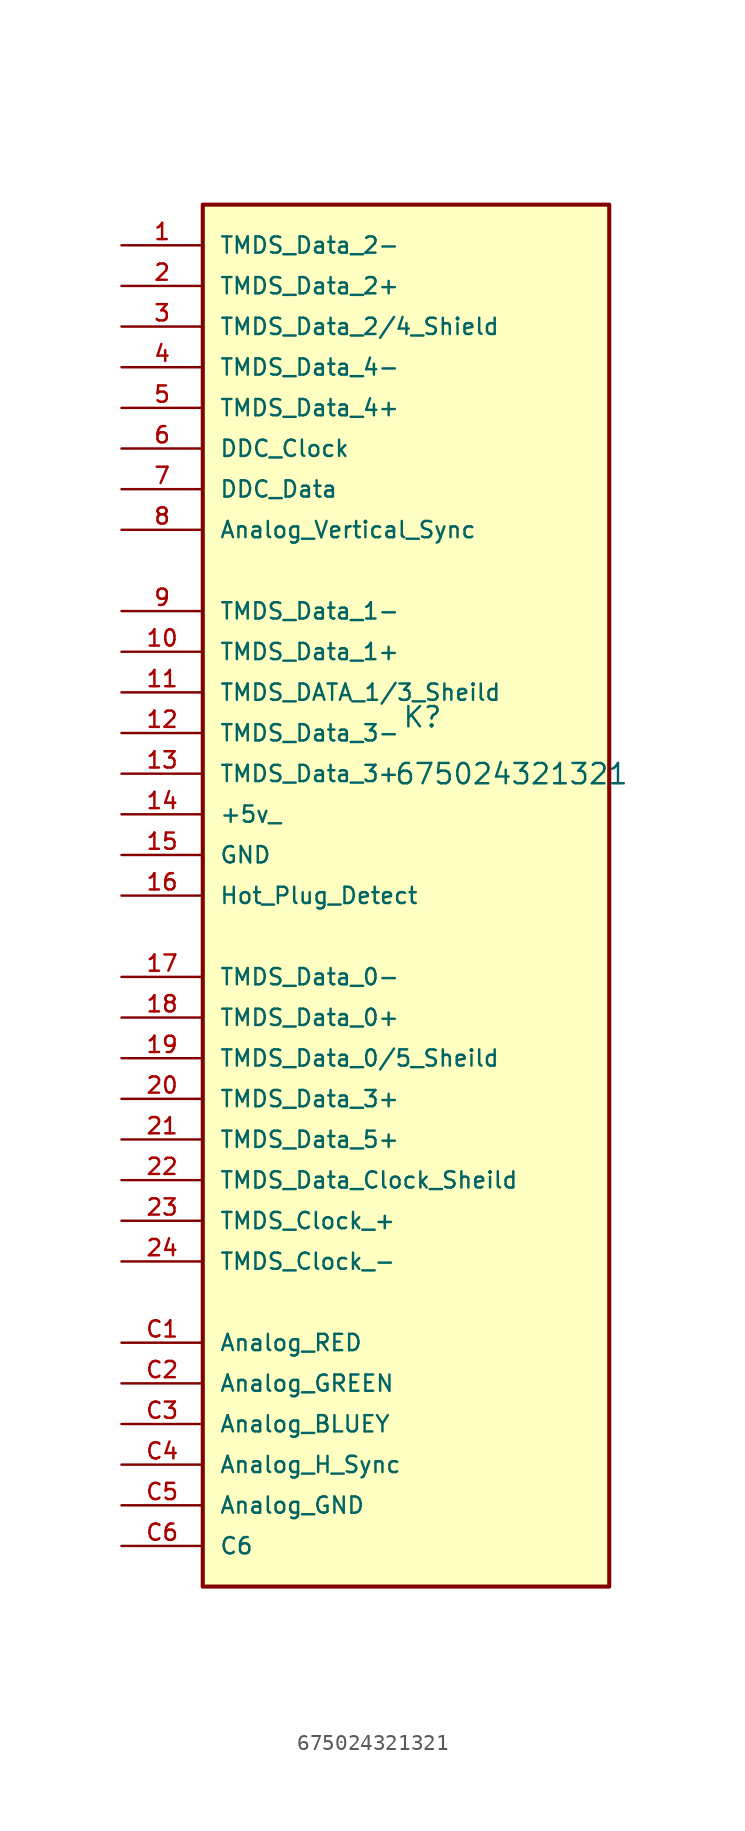
<source format=kicad_sym>
(kicad_symbol_lib
  (version 20231120)
  (generator "kicad_symbol_editor")
  (generator_version "8.0")
  (symbol "675024321321"
    (pin_names
      (offset 1.016))
    (property "Reference" "K"
      (at 9.906 2.794 0)
      (effects (font (size 1.27 1.27)) (justify left bottom)))
    (property "Value" "675024321321"
      (at 9.398 -0.762 0)
      (effects (font (size 1.27 1.27)) (justify left bottom)))
    (symbol "675024321321_0_0"
      (rectangle (start -2.54 35.56) (end 22.86 -50.8) (stroke (width 0.254) (type default)) (fill (type background)))
      (pin passive line (at -7.62 33.02 0) (length 5.08) (name "TMDS_Data_2-" (effects (font (size 1.016 1.016)))) (number "1" (effects (font (size 1.016 1.016)))))
      (pin passive line (at -7.62 7.62 0) (length 5.08) (name "TMDS_Data_1+" (effects (font (size 1.016 1.016)))) (number "10" (effects (font (size 1.016 1.016)))))
      (pin passive line (at -7.62 5.08 0) (length 5.08) (name "TMDS_DATA_1/3_Sheild" (effects (font (size 1.016 1.016)))) (number "11" (effects (font (size 1.016 1.016)))))
      (pin passive line (at -7.62 2.54 0) (length 5.08) (name "TMDS_Data_3-" (effects (font (size 1.016 1.016)))) (number "12" (effects (font (size 1.016 1.016)))))
      (pin passive line (at -7.62 0 0) (length 5.08) (name "TMDS_Data_3+" (effects (font (size 1.016 1.016)))) (number "13" (effects (font (size 1.016 1.016)))))
      (pin passive line (at -7.62 -2.54 0) (length 5.08) (name "+5v_" (effects (font (size 1.016 1.016)))) (number "14" (effects (font (size 1.016 1.016)))))
      (pin passive line (at -7.62 -5.08 0) (length 5.08) (name "GND" (effects (font (size 1.016 1.016)))) (number "15" (effects (font (size 1.016 1.016)))))
      (pin passive line (at -7.62 -7.62 0) (length 5.08) (name "Hot_Plug_Detect" (effects (font (size 1.016 1.016)))) (number "16" (effects (font (size 1.016 1.016)))))
      (pin passive line (at -7.62 -12.7 0) (length 5.08) (name "TMDS_Data_0-" (effects (font (size 1.016 1.016)))) (number "17" (effects (font (size 1.016 1.016)))))
      (pin passive line (at -7.62 -15.24 0) (length 5.08) (name "TMDS_Data_0+" (effects (font (size 1.016 1.016)))) (number "18" (effects (font (size 1.016 1.016)))))
      (pin passive line (at -7.62 -17.78 0) (length 5.08) (name "TMDS_Data_0/5_Sheild" (effects (font (size 1.016 1.016)))) (number "19" (effects (font (size 1.016 1.016)))))
      (pin passive line (at -7.62 30.48 0) (length 5.08) (name "TMDS_Data_2+" (effects (font (size 1.016 1.016)))) (number "2" (effects (font (size 1.016 1.016)))))
      (pin passive line (at -7.62 -20.32 0) (length 5.08) (name "TMDS_Data_3+" (effects (font (size 1.016 1.016)))) (number "20" (effects (font (size 1.016 1.016)))))
      (pin passive line (at -7.62 -22.86 0) (length 5.08) (name "TMDS_Data_5+" (effects (font (size 1.016 1.016)))) (number "21" (effects (font (size 1.016 1.016)))))
      (pin passive line (at -7.62 -25.4 0) (length 5.08) (name "TMDS_Data_Clock_Sheild" (effects (font (size 1.016 1.016)))) (number "22" (effects (font (size 1.016 1.016)))))
      (pin passive line (at -7.62 -27.94 0) (length 5.08) (name "TMDS_Clock_+" (effects (font (size 1.016 1.016)))) (number "23" (effects (font (size 1.016 1.016)))))
      (pin passive line (at -7.62 -30.48 0) (length 5.08) (name "TMDS_Clock_-" (effects (font (size 1.016 1.016)))) (number "24" (effects (font (size 1.016 1.016)))))
      (pin passive line (at -7.62 27.94 0) (length 5.08) (name "TMDS_Data_2/4_Shield" (effects (font (size 1.016 1.016)))) (number "3" (effects (font (size 1.016 1.016)))))
      (pin passive line (at -7.62 25.4 0) (length 5.08) (name "TMDS_Data_4-" (effects (font (size 1.016 1.016)))) (number "4" (effects (font (size 1.016 1.016)))))
      (pin passive line (at -7.62 22.86 0) (length 5.08) (name "TMDS_Data_4+" (effects (font (size 1.016 1.016)))) (number "5" (effects (font (size 1.016 1.016)))))
      (pin passive line (at -7.62 20.32 0) (length 5.08) (name "DDC_Clock" (effects (font (size 1.016 1.016)))) (number "6" (effects (font (size 1.016 1.016)))))
      (pin passive line (at -7.62 17.78 0) (length 5.08) (name "DDC_Data" (effects (font (size 1.016 1.016)))) (number "7" (effects (font (size 1.016 1.016)))))
      (pin passive line (at -7.62 15.24 0) (length 5.08) (name "Analog_Vertical_Sync" (effects (font (size 1.016 1.016)))) (number "8" (effects (font (size 1.016 1.016)))))
      (pin passive line (at -7.62 10.16 0) (length 5.08) (name "TMDS_Data_1-" (effects (font (size 1.016 1.016)))) (number "9" (effects (font (size 1.016 1.016)))))
      (pin passive line (at -7.62 -35.56 0) (length 5.08) (name "Analog_RED" (effects (font (size 1.016 1.016)))) (number "C1" (effects (font (size 1.016 1.016)))))
      (pin passive line (at -7.62 -38.1 0) (length 5.08) (name "Analog_GREEN" (effects (font (size 1.016 1.016)))) (number "C2" (effects (font (size 1.016 1.016)))))
      (pin passive line (at -7.62 -40.64 0) (length 5.08) (name "Analog_BLUEY" (effects (font (size 1.016 1.016)))) (number "C3" (effects (font (size 1.016 1.016)))))
      (pin passive line (at -7.62 -43.18 0) (length 5.08) (name "Analog_H_Sync" (effects (font (size 1.016 1.016)))) (number "C4" (effects (font (size 1.016 1.016)))))
      (pin passive line (at -7.62 -45.72 0) (length 5.08) (name "Analog_GND" (effects (font (size 1.016 1.016)))) (number "C5" (effects (font (size 1.016 1.016)))))
      (pin passive line (at -7.62 -48.26 0) (length 5.08) (name "C6" (effects (font (size 1.016 1.016)))) (number "C6" (effects (font (size 1.016 1.016))))))))
</source>
